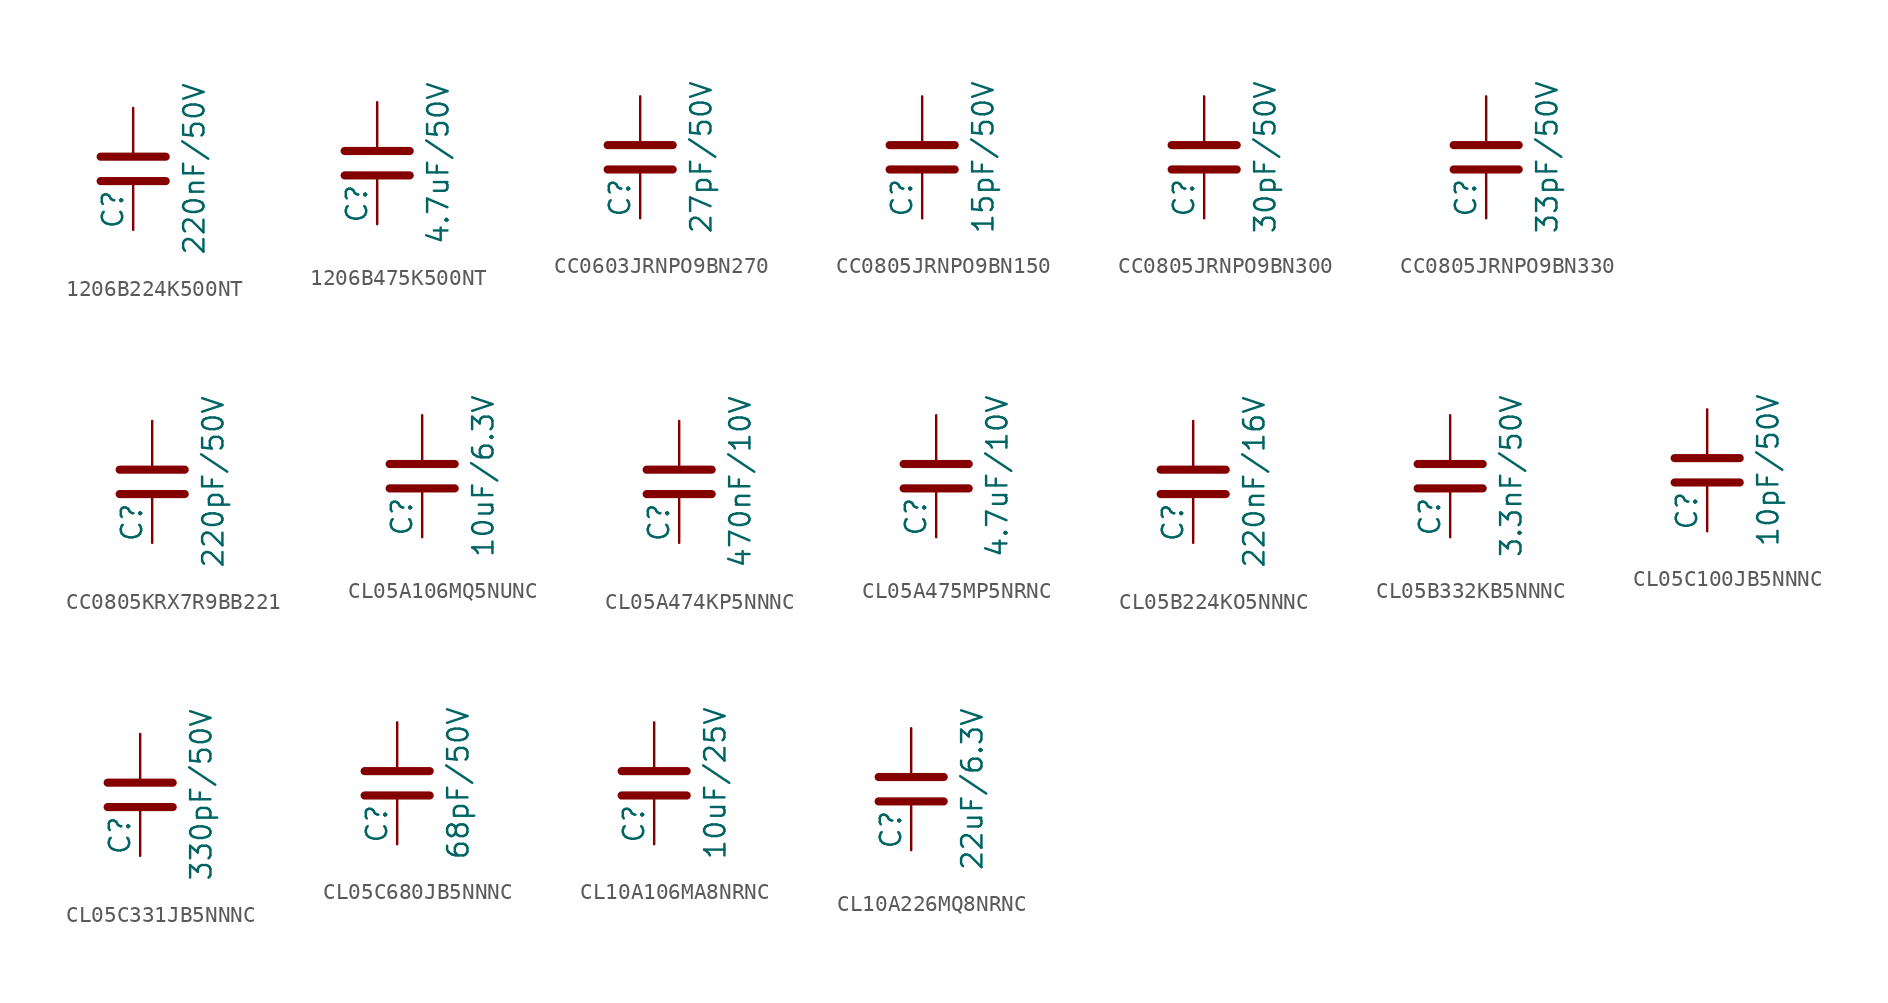
<source format=kicad_sym>
(kicad_symbol_lib
  (version 20211014)
  (generator conandllu_kicad_symbol_generator_20230922_18:37:20)
  (symbol "1206B224K500NT"
    (pin_numbers hide)
    (pin_names
      (offset 0.254))
    (property "Reference" "C"
      (at -1.27 -3.81 90)
      (effects (font (size 1.27 1.27)) (justify left)))
    (property "Value" "220nF/50V"
      (at 3.81 0 90)
      (effects (font (size 1.27 1.27))))
    (symbol "1206B224K500NT_0_1"
      (polyline (pts (xy -2.032 -0.762) (xy 2.032 -0.762)) (stroke (width 0.508) (type default)) (fill (type none)))
      (polyline (pts (xy -2.032 0.762) (xy 2.032 0.762)) (stroke (width 0.508) (type default)) (fill (type none))))
    (symbol "1206B224K500NT_1_1"
      (pin passive line (at 0 3.81 270) (length 2.794) (name "~" (effects (font (size 1.27 1.27)))) (number "1" (effects (font (size 1.27 1.27)))))
      (pin passive line (at 0 -3.81 90) (length 2.794) (name "~" (effects (font (size 1.27 1.27)))) (number "2" (effects (font (size 1.27 1.27)))))))
  (symbol "1206B475K500NT"
    (pin_numbers hide)
    (pin_names
      (offset 0.254))
    (property "Reference" "C"
      (at -1.27 -3.81 90)
      (effects (font (size 1.27 1.27)) (justify left)))
    (property "Value" "4.7uF/50V"
      (at 3.81 0 90)
      (effects (font (size 1.27 1.27))))
    (symbol "1206B475K500NT_0_1"
      (polyline (pts (xy -2.032 -0.762) (xy 2.032 -0.762)) (stroke (width 0.508) (type default)) (fill (type none)))
      (polyline (pts (xy -2.032 0.762) (xy 2.032 0.762)) (stroke (width 0.508) (type default)) (fill (type none))))
    (symbol "1206B475K500NT_1_1"
      (pin passive line (at 0 3.81 270) (length 2.794) (name "~" (effects (font (size 1.27 1.27)))) (number "1" (effects (font (size 1.27 1.27)))))
      (pin passive line (at 0 -3.81 90) (length 2.794) (name "~" (effects (font (size 1.27 1.27)))) (number "2" (effects (font (size 1.27 1.27)))))))
  (symbol "CC0603JRNPO9BN270"
    (pin_numbers hide)
    (pin_names
      (offset 0.254))
    (property "Reference" "C"
      (at -1.27 -3.81 90)
      (effects (font (size 1.27 1.27)) (justify left)))
    (property "Value" "27pF/50V"
      (at 3.81 0 90)
      (effects (font (size 1.27 1.27))))
    (symbol "CC0603JRNPO9BN270_0_1"
      (polyline (pts (xy -2.032 -0.762) (xy 2.032 -0.762)) (stroke (width 0.508) (type default)) (fill (type none)))
      (polyline (pts (xy -2.032 0.762) (xy 2.032 0.762)) (stroke (width 0.508) (type default)) (fill (type none))))
    (symbol "CC0603JRNPO9BN270_1_1"
      (pin passive line (at 0 3.81 270) (length 2.794) (name "~" (effects (font (size 1.27 1.27)))) (number "1" (effects (font (size 1.27 1.27)))))
      (pin passive line (at 0 -3.81 90) (length 2.794) (name "~" (effects (font (size 1.27 1.27)))) (number "2" (effects (font (size 1.27 1.27)))))))
  (symbol "CC0805JRNPO9BN150"
    (pin_numbers hide)
    (pin_names
      (offset 0.254))
    (property "Reference" "C"
      (at -1.27 -3.81 90)
      (effects (font (size 1.27 1.27)) (justify left)))
    (property "Value" "15pF/50V"
      (at 3.81 0 90)
      (effects (font (size 1.27 1.27))))
    (symbol "CC0805JRNPO9BN150_0_1"
      (polyline (pts (xy -2.032 -0.762) (xy 2.032 -0.762)) (stroke (width 0.508) (type default)) (fill (type none)))
      (polyline (pts (xy -2.032 0.762) (xy 2.032 0.762)) (stroke (width 0.508) (type default)) (fill (type none))))
    (symbol "CC0805JRNPO9BN150_1_1"
      (pin passive line (at 0 3.81 270) (length 2.794) (name "~" (effects (font (size 1.27 1.27)))) (number "1" (effects (font (size 1.27 1.27)))))
      (pin passive line (at 0 -3.81 90) (length 2.794) (name "~" (effects (font (size 1.27 1.27)))) (number "2" (effects (font (size 1.27 1.27)))))))
  (symbol "CC0805JRNPO9BN300"
    (pin_numbers hide)
    (pin_names
      (offset 0.254))
    (property "Reference" "C"
      (at -1.27 -3.81 90)
      (effects (font (size 1.27 1.27)) (justify left)))
    (property "Value" "30pF/50V"
      (at 3.81 0 90)
      (effects (font (size 1.27 1.27))))
    (symbol "CC0805JRNPO9BN300_0_1"
      (polyline (pts (xy -2.032 -0.762) (xy 2.032 -0.762)) (stroke (width 0.508) (type default)) (fill (type none)))
      (polyline (pts (xy -2.032 0.762) (xy 2.032 0.762)) (stroke (width 0.508) (type default)) (fill (type none))))
    (symbol "CC0805JRNPO9BN300_1_1"
      (pin passive line (at 0 3.81 270) (length 2.794) (name "~" (effects (font (size 1.27 1.27)))) (number "1" (effects (font (size 1.27 1.27)))))
      (pin passive line (at 0 -3.81 90) (length 2.794) (name "~" (effects (font (size 1.27 1.27)))) (number "2" (effects (font (size 1.27 1.27)))))))
  (symbol "CC0805JRNPO9BN330"
    (pin_numbers hide)
    (pin_names
      (offset 0.254))
    (property "Reference" "C"
      (at -1.27 -3.81 90)
      (effects (font (size 1.27 1.27)) (justify left)))
    (property "Value" "33pF/50V"
      (at 3.81 0 90)
      (effects (font (size 1.27 1.27))))
    (symbol "CC0805JRNPO9BN330_0_1"
      (polyline (pts (xy -2.032 -0.762) (xy 2.032 -0.762)) (stroke (width 0.508) (type default)) (fill (type none)))
      (polyline (pts (xy -2.032 0.762) (xy 2.032 0.762)) (stroke (width 0.508) (type default)) (fill (type none))))
    (symbol "CC0805JRNPO9BN330_1_1"
      (pin passive line (at 0 3.81 270) (length 2.794) (name "~" (effects (font (size 1.27 1.27)))) (number "1" (effects (font (size 1.27 1.27)))))
      (pin passive line (at 0 -3.81 90) (length 2.794) (name "~" (effects (font (size 1.27 1.27)))) (number "2" (effects (font (size 1.27 1.27)))))))
  (symbol "CC0805KRX7R9BB221"
    (pin_numbers hide)
    (pin_names
      (offset 0.254))
    (property "Reference" "C"
      (at -1.27 -3.81 90)
      (effects (font (size 1.27 1.27)) (justify left)))
    (property "Value" "220pF/50V"
      (at 3.81 0 90)
      (effects (font (size 1.27 1.27))))
    (symbol "CC0805KRX7R9BB221_0_1"
      (polyline (pts (xy -2.032 -0.762) (xy 2.032 -0.762)) (stroke (width 0.508) (type default)) (fill (type none)))
      (polyline (pts (xy -2.032 0.762) (xy 2.032 0.762)) (stroke (width 0.508) (type default)) (fill (type none))))
    (symbol "CC0805KRX7R9BB221_1_1"
      (pin passive line (at 0 3.81 270) (length 2.794) (name "~" (effects (font (size 1.27 1.27)))) (number "1" (effects (font (size 1.27 1.27)))))
      (pin passive line (at 0 -3.81 90) (length 2.794) (name "~" (effects (font (size 1.27 1.27)))) (number "2" (effects (font (size 1.27 1.27)))))))
  (symbol "CL05A106MQ5NUNC"
    (pin_numbers hide)
    (pin_names
      (offset 0.254))
    (property "Reference" "C"
      (at -1.27 -3.81 90)
      (effects (font (size 1.27 1.27)) (justify left)))
    (property "Value" "10uF/6.3V"
      (at 3.81 0 90)
      (effects (font (size 1.27 1.27))))
    (symbol "CL05A106MQ5NUNC_0_1"
      (polyline (pts (xy -2.032 -0.762) (xy 2.032 -0.762)) (stroke (width 0.508) (type default)) (fill (type none)))
      (polyline (pts (xy -2.032 0.762) (xy 2.032 0.762)) (stroke (width 0.508) (type default)) (fill (type none))))
    (symbol "CL05A106MQ5NUNC_1_1"
      (pin passive line (at 0 3.81 270) (length 2.794) (name "~" (effects (font (size 1.27 1.27)))) (number "1" (effects (font (size 1.27 1.27)))))
      (pin passive line (at 0 -3.81 90) (length 2.794) (name "~" (effects (font (size 1.27 1.27)))) (number "2" (effects (font (size 1.27 1.27)))))))
  (symbol "CL05A474KP5NNNC"
    (pin_numbers hide)
    (pin_names
      (offset 0.254))
    (property "Reference" "C"
      (at -1.27 -3.81 90)
      (effects (font (size 1.27 1.27)) (justify left)))
    (property "Value" "470nF/10V"
      (at 3.81 0 90)
      (effects (font (size 1.27 1.27))))
    (symbol "CL05A474KP5NNNC_0_1"
      (polyline (pts (xy -2.032 -0.762) (xy 2.032 -0.762)) (stroke (width 0.508) (type default)) (fill (type none)))
      (polyline (pts (xy -2.032 0.762) (xy 2.032 0.762)) (stroke (width 0.508) (type default)) (fill (type none))))
    (symbol "CL05A474KP5NNNC_1_1"
      (pin passive line (at 0 3.81 270) (length 2.794) (name "~" (effects (font (size 1.27 1.27)))) (number "1" (effects (font (size 1.27 1.27)))))
      (pin passive line (at 0 -3.81 90) (length 2.794) (name "~" (effects (font (size 1.27 1.27)))) (number "2" (effects (font (size 1.27 1.27)))))))
  (symbol "CL05A475MP5NRNC"
    (pin_numbers hide)
    (pin_names
      (offset 0.254))
    (property "Reference" "C"
      (at -1.27 -3.81 90)
      (effects (font (size 1.27 1.27)) (justify left)))
    (property "Value" "4.7uF/10V"
      (at 3.81 0 90)
      (effects (font (size 1.27 1.27))))
    (symbol "CL05A475MP5NRNC_0_1"
      (polyline (pts (xy -2.032 -0.762) (xy 2.032 -0.762)) (stroke (width 0.508) (type default)) (fill (type none)))
      (polyline (pts (xy -2.032 0.762) (xy 2.032 0.762)) (stroke (width 0.508) (type default)) (fill (type none))))
    (symbol "CL05A475MP5NRNC_1_1"
      (pin passive line (at 0 3.81 270) (length 2.794) (name "~" (effects (font (size 1.27 1.27)))) (number "1" (effects (font (size 1.27 1.27)))))
      (pin passive line (at 0 -3.81 90) (length 2.794) (name "~" (effects (font (size 1.27 1.27)))) (number "2" (effects (font (size 1.27 1.27)))))))
  (symbol "CL05B224KO5NNNC"
    (pin_numbers hide)
    (pin_names
      (offset 0.254))
    (property "Reference" "C"
      (at -1.27 -3.81 90)
      (effects (font (size 1.27 1.27)) (justify left)))
    (property "Value" "220nF/16V"
      (at 3.81 0 90)
      (effects (font (size 1.27 1.27))))
    (symbol "CL05B224KO5NNNC_0_1"
      (polyline (pts (xy -2.032 -0.762) (xy 2.032 -0.762)) (stroke (width 0.508) (type default)) (fill (type none)))
      (polyline (pts (xy -2.032 0.762) (xy 2.032 0.762)) (stroke (width 0.508) (type default)) (fill (type none))))
    (symbol "CL05B224KO5NNNC_1_1"
      (pin passive line (at 0 3.81 270) (length 2.794) (name "~" (effects (font (size 1.27 1.27)))) (number "1" (effects (font (size 1.27 1.27)))))
      (pin passive line (at 0 -3.81 90) (length 2.794) (name "~" (effects (font (size 1.27 1.27)))) (number "2" (effects (font (size 1.27 1.27)))))))
  (symbol "CL05B332KB5NNNC"
    (pin_numbers hide)
    (pin_names
      (offset 0.254))
    (property "Reference" "C"
      (at -1.27 -3.81 90)
      (effects (font (size 1.27 1.27)) (justify left)))
    (property "Value" "3.3nF/50V"
      (at 3.81 0 90)
      (effects (font (size 1.27 1.27))))
    (symbol "CL05B332KB5NNNC_0_1"
      (polyline (pts (xy -2.032 -0.762) (xy 2.032 -0.762)) (stroke (width 0.508) (type default)) (fill (type none)))
      (polyline (pts (xy -2.032 0.762) (xy 2.032 0.762)) (stroke (width 0.508) (type default)) (fill (type none))))
    (symbol "CL05B332KB5NNNC_1_1"
      (pin passive line (at 0 3.81 270) (length 2.794) (name "~" (effects (font (size 1.27 1.27)))) (number "1" (effects (font (size 1.27 1.27)))))
      (pin passive line (at 0 -3.81 90) (length 2.794) (name "~" (effects (font (size 1.27 1.27)))) (number "2" (effects (font (size 1.27 1.27)))))))
  (symbol "CL05C100JB5NNNC"
    (pin_numbers hide)
    (pin_names
      (offset 0.254))
    (property "Reference" "C"
      (at -1.27 -3.81 90)
      (effects (font (size 1.27 1.27)) (justify left)))
    (property "Value" "10pF/50V"
      (at 3.81 0 90)
      (effects (font (size 1.27 1.27))))
    (symbol "CL05C100JB5NNNC_0_1"
      (polyline (pts (xy -2.032 -0.762) (xy 2.032 -0.762)) (stroke (width 0.508) (type default)) (fill (type none)))
      (polyline (pts (xy -2.032 0.762) (xy 2.032 0.762)) (stroke (width 0.508) (type default)) (fill (type none))))
    (symbol "CL05C100JB5NNNC_1_1"
      (pin passive line (at 0 3.81 270) (length 2.794) (name "~" (effects (font (size 1.27 1.27)))) (number "1" (effects (font (size 1.27 1.27)))))
      (pin passive line (at 0 -3.81 90) (length 2.794) (name "~" (effects (font (size 1.27 1.27)))) (number "2" (effects (font (size 1.27 1.27)))))))
  (symbol "CL05C331JB5NNNC"
    (pin_numbers hide)
    (pin_names
      (offset 0.254))
    (property "Reference" "C"
      (at -1.27 -3.81 90)
      (effects (font (size 1.27 1.27)) (justify left)))
    (property "Value" "330pF/50V"
      (at 3.81 0 90)
      (effects (font (size 1.27 1.27))))
    (symbol "CL05C331JB5NNNC_0_1"
      (polyline (pts (xy -2.032 -0.762) (xy 2.032 -0.762)) (stroke (width 0.508) (type default)) (fill (type none)))
      (polyline (pts (xy -2.032 0.762) (xy 2.032 0.762)) (stroke (width 0.508) (type default)) (fill (type none))))
    (symbol "CL05C331JB5NNNC_1_1"
      (pin passive line (at 0 3.81 270) (length 2.794) (name "~" (effects (font (size 1.27 1.27)))) (number "1" (effects (font (size 1.27 1.27)))))
      (pin passive line (at 0 -3.81 90) (length 2.794) (name "~" (effects (font (size 1.27 1.27)))) (number "2" (effects (font (size 1.27 1.27)))))))
  (symbol "CL05C680JB5NNNC"
    (pin_numbers hide)
    (pin_names
      (offset 0.254))
    (property "Reference" "C"
      (at -1.27 -3.81 90)
      (effects (font (size 1.27 1.27)) (justify left)))
    (property "Value" "68pF/50V"
      (at 3.81 0 90)
      (effects (font (size 1.27 1.27))))
    (symbol "CL05C680JB5NNNC_0_1"
      (polyline (pts (xy -2.032 -0.762) (xy 2.032 -0.762)) (stroke (width 0.508) (type default)) (fill (type none)))
      (polyline (pts (xy -2.032 0.762) (xy 2.032 0.762)) (stroke (width 0.508) (type default)) (fill (type none))))
    (symbol "CL05C680JB5NNNC_1_1"
      (pin passive line (at 0 3.81 270) (length 2.794) (name "~" (effects (font (size 1.27 1.27)))) (number "1" (effects (font (size 1.27 1.27)))))
      (pin passive line (at 0 -3.81 90) (length 2.794) (name "~" (effects (font (size 1.27 1.27)))) (number "2" (effects (font (size 1.27 1.27)))))))
  (symbol "CL10A106MA8NRNC"
    (pin_numbers hide)
    (pin_names
      (offset 0.254))
    (property "Reference" "C"
      (at -1.27 -3.81 90)
      (effects (font (size 1.27 1.27)) (justify left)))
    (property "Value" "10uF/25V"
      (at 3.81 0 90)
      (effects (font (size 1.27 1.27))))
    (symbol "CL10A106MA8NRNC_0_1"
      (polyline (pts (xy -2.032 -0.762) (xy 2.032 -0.762)) (stroke (width 0.508) (type default)) (fill (type none)))
      (polyline (pts (xy -2.032 0.762) (xy 2.032 0.762)) (stroke (width 0.508) (type default)) (fill (type none))))
    (symbol "CL10A106MA8NRNC_1_1"
      (pin passive line (at 0 3.81 270) (length 2.794) (name "~" (effects (font (size 1.27 1.27)))) (number "1" (effects (font (size 1.27 1.27)))))
      (pin passive line (at 0 -3.81 90) (length 2.794) (name "~" (effects (font (size 1.27 1.27)))) (number "2" (effects (font (size 1.27 1.27)))))))
  (symbol "CL10A226MQ8NRNC"
    (pin_numbers hide)
    (pin_names
      (offset 0.254))
    (property "Reference" "C"
      (at -1.27 -3.81 90)
      (effects (font (size 1.27 1.27)) (justify left)))
    (property "Value" "22uF/6.3V"
      (at 3.81 0 90)
      (effects (font (size 1.27 1.27))))
    (symbol "CL10A226MQ8NRNC_0_1"
      (polyline (pts (xy -2.032 -0.762) (xy 2.032 -0.762)) (stroke (width 0.508) (type default)) (fill (type none)))
      (polyline (pts (xy -2.032 0.762) (xy 2.032 0.762)) (stroke (width 0.508) (type default)) (fill (type none))))
    (symbol "CL10A226MQ8NRNC_1_1"
      (pin passive line (at 0 3.81 270) (length 2.794) (name "~" (effects (font (size 1.27 1.27)))) (number "1" (effects (font (size 1.27 1.27)))))
      (pin passive line (at 0 -3.81 90) (length 2.794) (name "~" (effects (font (size 1.27 1.27)))) (number "2" (effects (font (size 1.27 1.27))))))))
</source>
